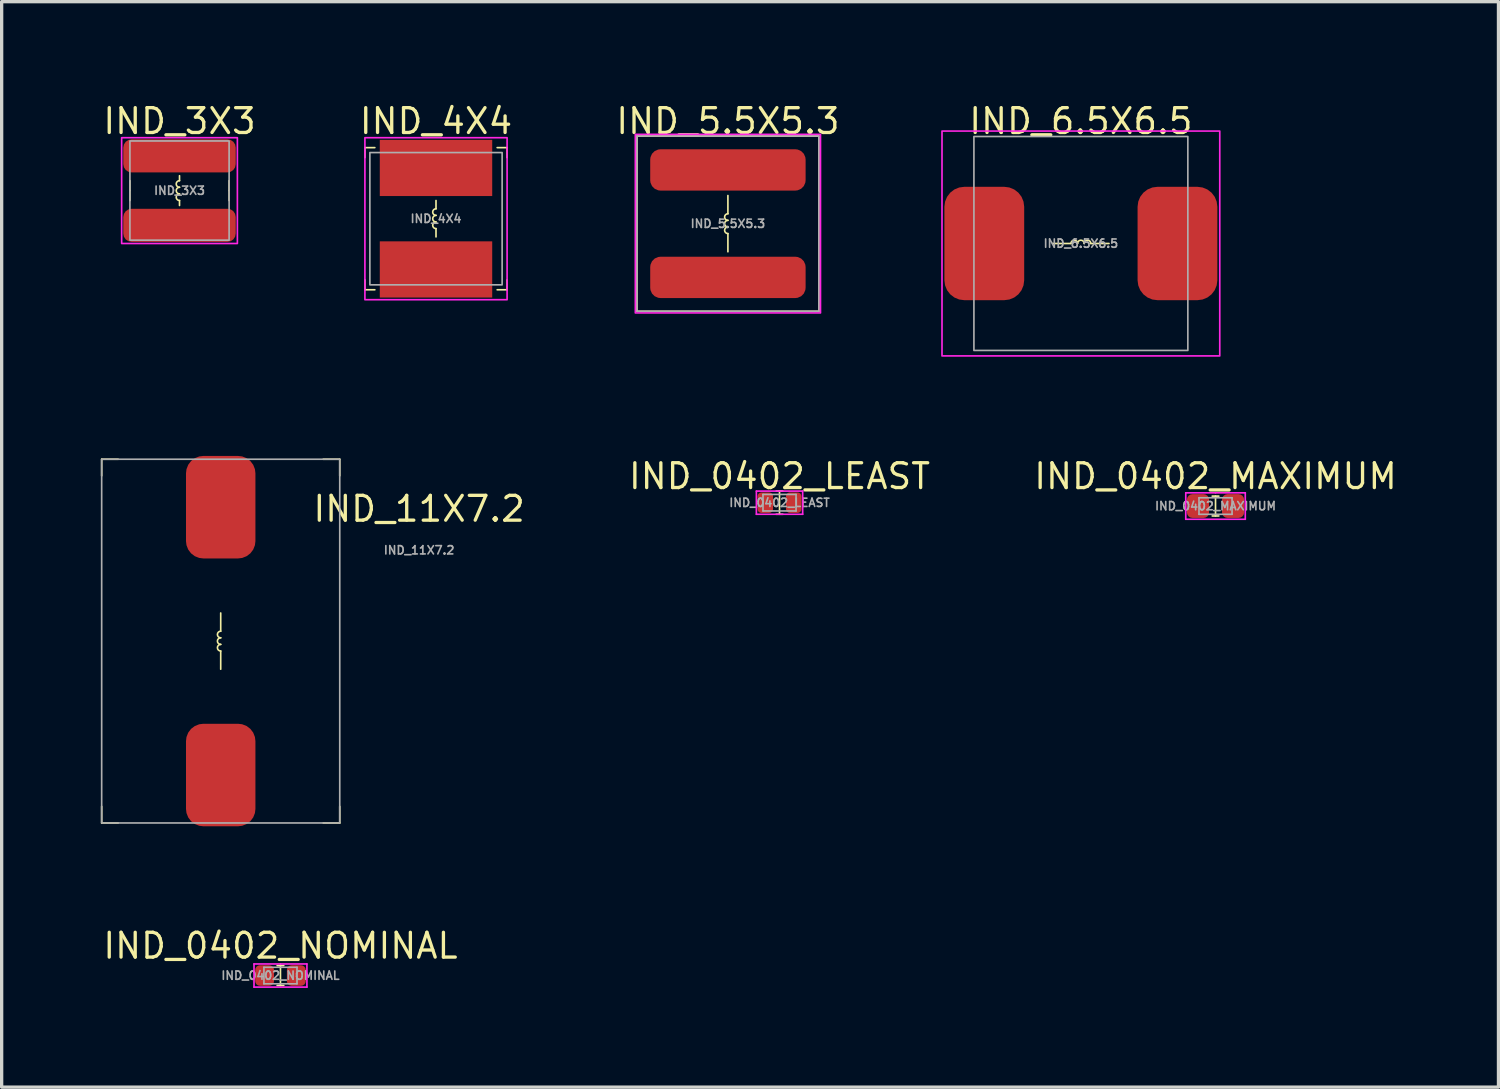
<source format=kicad_pcb>
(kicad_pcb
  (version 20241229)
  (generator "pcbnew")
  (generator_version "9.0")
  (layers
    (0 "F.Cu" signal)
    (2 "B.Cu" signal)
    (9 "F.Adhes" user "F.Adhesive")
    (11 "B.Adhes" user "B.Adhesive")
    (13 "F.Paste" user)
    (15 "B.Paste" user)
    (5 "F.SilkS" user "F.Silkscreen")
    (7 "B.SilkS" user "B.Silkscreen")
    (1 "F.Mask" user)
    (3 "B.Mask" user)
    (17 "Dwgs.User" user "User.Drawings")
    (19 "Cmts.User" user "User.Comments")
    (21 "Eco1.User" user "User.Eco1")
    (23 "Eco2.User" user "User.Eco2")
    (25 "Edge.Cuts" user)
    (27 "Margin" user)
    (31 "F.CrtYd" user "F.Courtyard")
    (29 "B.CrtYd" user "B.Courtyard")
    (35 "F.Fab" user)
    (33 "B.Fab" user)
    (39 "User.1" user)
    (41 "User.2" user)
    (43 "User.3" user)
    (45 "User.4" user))
  (footprint "IND_11X7.2"
    (layer "F.Cu")
    (at 3.625 16.339)
    (property "Reference" "IND_11X7.2" (at 6 -4 0) (unlocked yes) (layer "F.SilkS") (effects (font (size 0.75 0.75) (thickness 0.1))))
    (attr smd)
    (fp_line (start -3.6 -5.5) (end -3.6 -5) (stroke (width 0.05) (type solid)) (layer "F.SilkS"))
    (fp_line (start -3.6 -5.5) (end -3.1 -5.5) (stroke (width 0.05) (type solid)) (layer "F.SilkS"))
    (fp_line (start -3.6 5.5) (end -3.6 5) (stroke (width 0.05) (type solid)) (layer "F.SilkS"))
    (fp_line (start -3.6 5.5) (end -3.1 5.5) (stroke (width 0.05) (type solid)) (layer "F.SilkS"))
    (fp_line (start 0 -0.85) (end 0 -0.3) (stroke (width 0.05) (type solid)) (layer "F.SilkS"))
    (fp_line (start 0 0.85) (end 0 0.3) (stroke (width 0.05) (type solid)) (layer "F.SilkS"))
    (fp_line (start 3.6 -5.5) (end 3.1 -5.5) (stroke (width 0.05) (type solid)) (layer "F.SilkS"))
    (fp_line (start 3.6 -5.5) (end 3.6 -5) (stroke (width 0.05) (type solid)) (layer "F.SilkS"))
    (fp_line (start 3.6 5.5) (end 3.1 5.5) (stroke (width 0.05) (type solid)) (layer "F.SilkS"))
    (fp_line (start 3.6 5.5) (end 3.6 5) (stroke (width 0.05) (type solid)) (layer "F.SilkS"))
    (fp_arc (start 0 -0.1) (mid -0.1 -0.2) (end 0 -0.3) (stroke (width 0.05) (type solid)) (layer "F.SilkS"))
    (fp_arc (start 0 0.1) (mid -0.1 0) (end 0 -0.1) (stroke (width 0.05) (type solid)) (layer "F.SilkS"))
    (fp_arc (start 0 0.3) (mid -0.1 0.2) (end 0 0.1) (stroke (width 0.05) (type solid)) (layer "F.SilkS"))
    (fp_rect (start -3.6 -5.5) (end 3.6 5.5) (stroke (width 0.05) (type solid)) (fill no) (layer "F.Fab"))
    (fp_text user "${REFERENCE}" (at 6 -2.75 0) (unlocked yes) (layer "F.Fab") (effects (font (size 0.25 0.25) (thickness 0.05))))
    (pad "1" smd roundrect (at 0 4.05) (size 2.1 3.1) (layers "F.Cu" "F.Mask" "F.Paste") (roundrect_rratio 0.25))
    (pad "2" smd roundrect (at 0 -4.05) (size 2.1 3.1) (layers "F.Cu" "F.Mask" "F.Paste") (roundrect_rratio 0.25)))
  (footprint "IND_5.5X5.3"
    (layer "F.Cu")
    (at 18.964 3.714)
    (property "Reference" "IND_5.5X5.3" (at 0 -3.1 0) (unlocked yes) (layer "F.SilkS") (effects (font (size 0.75 0.75) (thickness 0.1))))
    (attr smd)
    (fp_line (start -2.75 -2.65) (end -2.75 2.65) (stroke (width 0.05) (type solid)) (layer "F.SilkS"))
    (fp_line (start -2.75 -2.65) (end 2.75 -2.65) (stroke (width 0.05) (type solid)) (layer "F.SilkS"))
    (fp_line (start 0 -0.85) (end 0 -0.3) (stroke (width 0.05) (type solid)) (layer "F.SilkS"))
    (fp_line (start 0 0.85) (end 0 0.3) (stroke (width 0.05) (type solid)) (layer "F.SilkS"))
    (fp_line (start 2.75 -2.65) (end 2.75 2.65) (stroke (width 0.05) (type solid)) (layer "F.SilkS"))
    (fp_line (start 2.75 2.65) (end -2.75 2.65) (stroke (width 0.05) (type solid)) (layer "F.SilkS"))
    (fp_arc (start 0 -0.1) (mid -0.1 -0.2) (end 0 -0.3) (stroke (width 0.05) (type solid)) (layer "F.SilkS"))
    (fp_arc (start 0 0.1) (mid -0.1 0) (end 0 -0.1) (stroke (width 0.05) (type solid)) (layer "F.SilkS"))
    (fp_arc (start 0 0.3) (mid -0.1 0.2) (end 0 0.1) (stroke (width 0.05) (type solid)) (layer "F.SilkS"))
    (fp_rect (start -2.8 -2.7) (end 2.8 2.7) (stroke (width 0.05) (type solid)) (fill no) (layer "F.CrtYd"))
    (fp_rect (start -2.75 -2.65) (end 2.75 2.65) (stroke (width 0.05) (type solid)) (fill no) (layer "F.Fab"))
    (fp_text user "${REFERENCE}" (at 0 0 0) (unlocked yes) (layer "F.Fab") (effects (font (size 0.25 0.25) (thickness 0.05))))
    (pad "1" smd roundrect (at 0 1.625) (size 4.7 1.25) (layers "F.Cu" "F.Mask" "F.Paste") (roundrect_rratio 0.25))
    (pad "2" smd roundrect (at 0 -1.625) (size 4.7 1.25) (layers "F.Cu" "F.Mask" "F.Paste") (roundrect_rratio 0.25)))
  (footprint "IND_0402_NOMINAL"
    (layer "F.Cu")
    (at 5.432 26.453)
    (property "Reference" "IND_0402_NOMINAL" (at 0 -0.9 0) (unlocked yes) (layer "F.SilkS") (effects (font (size 0.75 0.75) (thickness 0.1))))
    (attr smd)
    (fp_line (start -0.1 -0.3) (end 0.1 -0.3) (stroke (width 0.05) (type solid)) (layer "F.SilkS"))
    (fp_line (start 0 -0.3) (end 0 0.3) (stroke (width 0.05) (type solid)) (layer "F.SilkS"))
    (fp_line (start 0.1 0.3) (end -0.1 0.3) (stroke (width 0.05) (type solid)) (layer "F.SilkS"))
    (fp_line (start -0.8 -0.35) (end -0.8 0.35) (stroke (width 0.05) (type solid)) (layer "F.CrtYd"))
    (fp_line (start -0.8 0.35) (end 0.8 0.35) (stroke (width 0.05) (type solid)) (layer "F.CrtYd"))
    (fp_line (start 0 -0.35) (end -0.8 -0.35) (stroke (width 0.05) (type solid)) (layer "F.CrtYd"))
    (fp_line (start 0.8 -0.35) (end 0 -0.35) (stroke (width 0.05) (type solid)) (layer "F.CrtYd"))
    (fp_line (start 0.8 0.35) (end 0.8 -0.35) (stroke (width 0.05) (type solid)) (layer "F.CrtYd"))
    (fp_line (start -0.5 -0.25) (end -0.5 0.25) (stroke (width 0.05) (type solid)) (layer "F.Fab"))
    (fp_line (start -0.5 -0.25) (end 0.5 -0.25) (stroke (width 0.05) (type solid)) (layer "F.Fab"))
    (fp_line (start -0.5 0.25) (end 0.5 0.25) (stroke (width 0.05) (type solid)) (layer "F.Fab"))
    (fp_line (start 0.5 -0.25) (end 0.5 0.25) (stroke (width 0.05) (type solid)) (layer "F.Fab"))
    (fp_text user "${REFERENCE}" (at 0 0 0) (unlocked yes) (layer "F.Fab") (effects (font (size 0.25 0.25) (thickness 0.05))))
    (pad "1" smd roundrect (at -0.48 0) (size 0.57 0.62) (layers "F.Cu" "F.Mask" "F.Paste") (roundrect_rratio 0.25))
    (pad "2" smd roundrect (at 0.48 0) (size 0.57 0.62) (layers "F.Cu" "F.Mask" "F.Paste") (roundrect_rratio 0.25)))
  (footprint "IND_3X3"
    (layer "F.Cu")
    (at 2.379 2.714)
    (property "Reference" "IND_3X3" (at 0 -2.1 0) (unlocked yes) (layer "F.SilkS") (effects (font (size 0.75 0.75) (thickness 0.1))))
    (attr smd)
    (fp_line (start -1.5 0) (end -1.5 -0.3) (stroke (width 0.05) (type solid)) (layer "F.SilkS"))
    (fp_line (start -1.5 0) (end -1.5 0.3) (stroke (width 0.05) (type solid)) (layer "F.SilkS"))
    (fp_line (start 0 -0.45) (end 0 -0.3) (stroke (width 0.05) (type solid)) (layer "F.SilkS"))
    (fp_line (start 0 0.45) (end 0 0.3) (stroke (width 0.05) (type solid)) (layer "F.SilkS"))
    (fp_line (start 1.5 0) (end 1.5 -0.3) (stroke (width 0.05) (type solid)) (layer "F.SilkS"))
    (fp_line (start 1.5 0) (end 1.5 0.3) (stroke (width 0.05) (type solid)) (layer "F.SilkS"))
    (fp_arc (start 0 -0.1) (mid -0.1 -0.2) (end 0 -0.3) (stroke (width 0.05) (type solid)) (layer "F.SilkS"))
    (fp_arc (start 0 0.1) (mid -0.1 0) (end 0 -0.1) (stroke (width 0.05) (type solid)) (layer "F.SilkS"))
    (fp_arc (start 0 0.3) (mid -0.1 0.2) (end 0 0.1) (stroke (width 0.05) (type solid)) (layer "F.SilkS"))
    (fp_rect (start -1.75 -1.6) (end 1.75 1.6) (stroke (width 0.05) (type solid)) (fill no) (layer "F.CrtYd"))
    (fp_rect (start -1.5 -1.5) (end 1.5 1.5) (stroke (width 0.05) (type solid)) (fill no) (layer "F.Fab"))
    (fp_text user "${REFERENCE}" (at 0 0 0) (unlocked yes) (layer "F.Fab") (effects (font (size 0.25 0.25) (thickness 0.05))))
    (pad "1" smd roundrect (at 0 1.05) (size 3.4 1) (layers "F.Cu" "F.Mask" "F.Paste") (roundrect_rratio 0.25))
    (pad "2" smd roundrect (at 0 -1.05) (size 3.4 1) (layers "F.Cu" "F.Mask" "F.Paste") (roundrect_rratio 0.25)))
  (footprint "IND_0402_LEAST"
    (layer "F.Cu")
    (at 20.525 12.153)
    (property "Reference" "IND_0402_LEAST" (at 0 -0.8 0) (unlocked yes) (layer "F.SilkS") (effects (font (size 0.75 0.75) (thickness 0.1))))
    (attr smd)
    (fp_line (start -0.1 -0.35) (end 0.1 -0.35) (stroke (width 0.05) (type solid)) (layer "F.SilkS"))
    (fp_line (start 0 -0.35) (end 0 0.35) (stroke (width 0.05) (type solid)) (layer "F.SilkS"))
    (fp_line (start 0.1 0.35) (end -0.1 0.35) (stroke (width 0.05) (type solid)) (layer "F.SilkS"))
    (fp_line (start -0.7 -0.35) (end -0.7 0.35) (stroke (width 0.05) (type solid)) (layer "F.CrtYd"))
    (fp_line (start -0.7 0.35) (end 0.7 0.35) (stroke (width 0.05) (type solid)) (layer "F.CrtYd"))
    (fp_line (start 0 -0.35) (end -0.7 -0.35) (stroke (width 0.05) (type solid)) (layer "F.CrtYd"))
    (fp_line (start 0.7 -0.35) (end 0 -0.35) (stroke (width 0.05) (type solid)) (layer "F.CrtYd"))
    (fp_line (start 0.7 0.35) (end 0.7 -0.35) (stroke (width 0.05) (type solid)) (layer "F.CrtYd"))
    (fp_line (start -0.5 -0.25) (end -0.5 0.25) (stroke (width 0.05) (type solid)) (layer "F.Fab"))
    (fp_line (start -0.5 -0.25) (end 0.5 -0.25) (stroke (width 0.05) (type solid)) (layer "F.Fab"))
    (fp_line (start -0.5 0.25) (end 0.5 0.25) (stroke (width 0.05) (type solid)) (layer "F.Fab"))
    (fp_line (start 0.5 -0.25) (end 0.5 0.25) (stroke (width 0.05) (type solid)) (layer "F.Fab"))
    (fp_text user "${REFERENCE}" (at 0 0 0) (unlocked yes) (layer "F.Fab") (effects (font (size 0.25 0.25) (thickness 0.05))))
    (pad "1" smd roundrect (at -0.43 0) (size 0.47 0.62) (layers "F.Cu" "F.Mask" "F.Paste") (roundrect_rratio 0.25))
    (pad "2" smd roundrect (at 0.43 0) (size 0.47 0.62) (layers "F.Cu" "F.Mask" "F.Paste") (roundrect_rratio 0.25)))
  (footprint "IND_0402_MAXIMUM"
    (layer "F.Cu")
    (at 33.711 12.254)
    (property "Reference" "IND_0402_MAXIMUM" (at 0 -0.9 0) (unlocked yes) (layer "F.SilkS") (effects (font (size 0.75 0.75) (thickness 0.1))))
    (attr smd)
    (fp_line (start -0.1 -0.3) (end 0.1 -0.3) (stroke (width 0.05) (type solid)) (layer "F.SilkS"))
    (fp_line (start 0 -0.3) (end 0 0.3) (stroke (width 0.05) (type solid)) (layer "F.SilkS"))
    (fp_line (start 0.1 0.3) (end -0.1 0.3) (stroke (width 0.05) (type solid)) (layer "F.SilkS"))
    (fp_line (start -0.9 -0.4) (end -0.9 0.4) (stroke (width 0.05) (type solid)) (layer "F.CrtYd"))
    (fp_line (start -0.9 0.4) (end 0.9 0.4) (stroke (width 0.05) (type solid)) (layer "F.CrtYd"))
    (fp_line (start 0 -0.4) (end -0.9 -0.4) (stroke (width 0.05) (type solid)) (layer "F.CrtYd"))
    (fp_line (start 0.9 -0.4) (end 0 -0.4) (stroke (width 0.05) (type solid)) (layer "F.CrtYd"))
    (fp_line (start 0.9 0.4) (end 0.9 -0.4) (stroke (width 0.05) (type solid)) (layer "F.CrtYd"))
    (fp_line (start -0.5 -0.25) (end -0.5 0.25) (stroke (width 0.05) (type solid)) (layer "F.Fab"))
    (fp_line (start -0.5 -0.25) (end 0.5 -0.25) (stroke (width 0.05) (type solid)) (layer "F.Fab"))
    (fp_line (start -0.5 0.25) (end 0.5 0.25) (stroke (width 0.05) (type solid)) (layer "F.Fab"))
    (fp_line (start 0.5 -0.25) (end 0.5 0.25) (stroke (width 0.05) (type solid)) (layer "F.Fab"))
    (fp_text user "${REFERENCE}" (at 0 0 0) (unlocked yes) (layer "F.Fab") (effects (font (size 0.25 0.25) (thickness 0.05))))
    (pad "1" smd roundrect (at -0.53 0) (size 0.67 0.72) (layers "F.Cu" "F.Mask" "F.Paste") (roundrect_rratio 0.25))
    (pad "2" smd roundrect (at 0.53 0) (size 0.67 0.72) (layers "F.Cu" "F.Mask" "F.Paste") (roundrect_rratio 0.25)))
  (footprint "IND_4X4"
    (layer "F.Cu")
    (at 10.136 3.564)
    (property "Reference" "IND_4X4" (at 0 -2.95 0) (unlocked yes) (layer "F.SilkS") (effects (font (size 0.75 0.75) (thickness 0.1))))
    (attr smd)
    (fp_line (start -2.15 -2.15) (end -2.15 -1.85) (stroke (width 0.05) (type solid)) (layer "F.SilkS"))
    (fp_line (start -2.15 -2.15) (end -1.85 -2.15) (stroke (width 0.05) (type solid)) (layer "F.SilkS"))
    (fp_line (start -2.15 2.15) (end -2.15 1.85) (stroke (width 0.05) (type solid)) (layer "F.SilkS"))
    (fp_line (start -2.15 2.15) (end -1.85 2.15) (stroke (width 0.05) (type solid)) (layer "F.SilkS"))
    (fp_line (start 0 -0.55) (end 0 -0.3) (stroke (width 0.05) (type solid)) (layer "F.SilkS"))
    (fp_line (start 0 0.55) (end 0 0.3) (stroke (width 0.05) (type solid)) (layer "F.SilkS"))
    (fp_line (start 2.15 -2.15) (end 1.85 -2.15) (stroke (width 0.05) (type solid)) (layer "F.SilkS"))
    (fp_line (start 2.15 -2.15) (end 2.15 -1.85) (stroke (width 0.05) (type solid)) (layer "F.SilkS"))
    (fp_line (start 2.15 2.15) (end 1.85 2.15) (stroke (width 0.05) (type solid)) (layer "F.SilkS"))
    (fp_line (start 2.15 2.15) (end 2.15 1.85) (stroke (width 0.05) (type solid)) (layer "F.SilkS"))
    (fp_arc (start 0 -0.1) (mid -0.1 -0.2) (end 0 -0.3) (stroke (width 0.05) (type solid)) (layer "F.SilkS"))
    (fp_arc (start 0 0.1) (mid -0.1 0) (end 0 -0.1) (stroke (width 0.05) (type solid)) (layer "F.SilkS"))
    (fp_arc (start 0 0.3) (mid -0.1 0.2) (end 0 0.1) (stroke (width 0.05) (type solid)) (layer "F.SilkS"))
    (fp_rect (start -2.15 -2.45) (end 2.15 2.45) (stroke (width 0.05) (type solid)) (fill no) (layer "F.CrtYd"))
    (fp_rect (start -2 -2) (end 2 2) (stroke (width 0.05) (type solid)) (fill no) (layer "F.Fab"))
    (fp_text user "${REFERENCE}" (at 0 0 0) (unlocked yes) (layer "F.Fab") (effects (font (size 0.25 0.25) (thickness 0.05))))
    (pad "1" smd rect (at 0 1.535) (size 3.4 1.7) (layers "F.Cu" "F.Mask" "F.Paste"))
    (pad "2" smd rect (at 0 -1.535) (size 3.4 1.7) (layers "F.Cu" "F.Mask" "F.Paste")))
  (footprint "IND_6.5X6.5"
    (layer "F.Cu")
    (at 29.639 4.314)
    (property "Reference" "IND_6.5X6.5" (at 0 -3.7 0) (unlocked yes) (layer "F.SilkS") (effects (font (size 0.75 0.75) (thickness 0.1))))
    (attr smd)
    (fp_line (start -0.85 0) (end -0.3 0) (stroke (width 0.05) (type solid)) (layer "F.SilkS"))
    (fp_line (start 0.85 0) (end 0.3 0) (stroke (width 0.05) (type solid)) (layer "F.SilkS"))
    (fp_arc (start -0.3 0) (mid -0.2 -0.1) (end -0.1 0) (stroke (width 0.05) (type solid)) (layer "F.SilkS"))
    (fp_arc (start -0.1 0) (mid 0 -0.1) (end 0.1 0) (stroke (width 0.05) (type solid)) (layer "F.SilkS"))
    (fp_arc (start 0.1 0) (mid 0.2 -0.1) (end 0.3 0) (stroke (width 0.05) (type solid)) (layer "F.SilkS"))
    (fp_rect (start -4.2 -3.4) (end 4.2 3.4) (stroke (width 0.05) (type solid)) (fill no) (layer "F.CrtYd"))
    (fp_rect (start -3.235 -3.235) (end 3.235 3.235) (stroke (width 0.05) (type solid)) (fill no) (layer "F.Fab"))
    (fp_text user "${REFERENCE}" (at 0 0 0) (unlocked yes) (layer "F.Fab") (effects (font (size 0.25 0.25) (thickness 0.05))))
    (pad "1" smd roundrect (at -2.921 0) (size 2.413 3.429) (layers "F.Cu" "F.Mask" "F.Paste") (roundrect_rratio 0.25))
    (pad "2" smd roundrect (at 2.921 0) (size 2.413 3.429) (layers "F.Cu" "F.Mask" "F.Paste") (roundrect_rratio 0.25)))
  (gr_rect
    (start -3 -3)
    (end 42.268 29.828)
    (stroke (width 0.1) (type default))
    (fill no)
    (layer "Edge.Cuts")))
</source>
